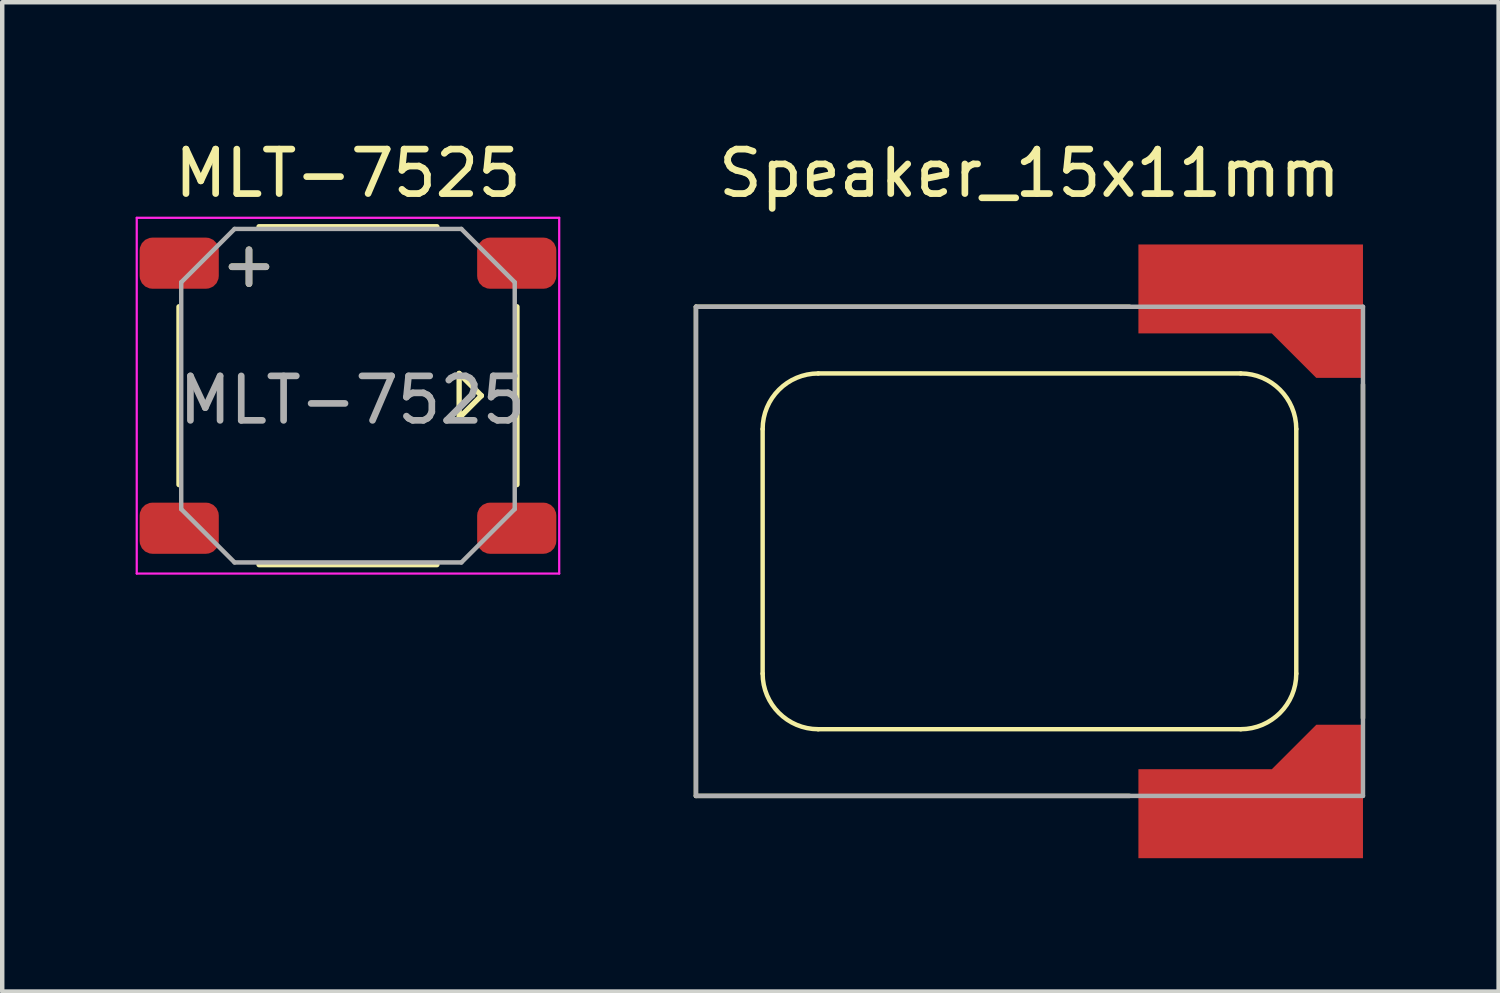
<source format=kicad_pcb>
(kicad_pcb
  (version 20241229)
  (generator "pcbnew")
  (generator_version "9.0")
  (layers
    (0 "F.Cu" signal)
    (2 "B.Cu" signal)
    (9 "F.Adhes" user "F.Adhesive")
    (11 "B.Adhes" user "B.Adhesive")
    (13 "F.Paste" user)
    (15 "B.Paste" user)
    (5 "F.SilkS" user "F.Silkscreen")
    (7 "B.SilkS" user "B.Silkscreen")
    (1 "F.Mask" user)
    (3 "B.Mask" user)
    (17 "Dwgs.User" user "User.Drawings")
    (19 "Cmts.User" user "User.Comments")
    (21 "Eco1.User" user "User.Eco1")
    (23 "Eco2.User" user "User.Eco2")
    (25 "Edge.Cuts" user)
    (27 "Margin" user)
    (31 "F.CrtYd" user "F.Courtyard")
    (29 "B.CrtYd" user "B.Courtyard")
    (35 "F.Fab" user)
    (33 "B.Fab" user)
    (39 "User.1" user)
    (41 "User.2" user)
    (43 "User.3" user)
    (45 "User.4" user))
  (footprint "MLT-7525"
    (layer "F.Cu")
    (at 4.775 5.848)
    (property "Reference" "MLT-7525" (at 0 -5 0) (layer "F.SilkS") (effects (font (size 1 1) (thickness 0.15))))
    (attr smd)
    (fp_line (start -3.8 -2) (end -3.8 2) (stroke (width 0.12) (type solid)) (layer "F.SilkS"))
    (fp_line (start -2 3.8) (end 2 3.8) (stroke (width 0.12) (type solid)) (layer "F.SilkS"))
    (fp_line (start 2 -3.8) (end -2 -3.8) (stroke (width 0.12) (type solid)) (layer "F.SilkS"))
    (fp_line (start 2.5 -0.5) (end 2.5 0.5) (stroke (width 0.12) (type solid)) (layer "F.SilkS"))
    (fp_line (start 2.5 0.5) (end 3 0) (stroke (width 0.12) (type solid)) (layer "F.SilkS"))
    (fp_line (start 3 0) (end 2.5 -0.5) (stroke (width 0.12) (type solid)) (layer "F.SilkS"))
    (fp_line (start 3.8 2) (end 3.8 -2) (stroke (width 0.12) (type solid)) (layer "F.SilkS"))
    (fp_line (start -4.75 -4) (end 4.75 -4) (stroke (width 0.05) (type solid)) (layer "F.CrtYd"))
    (fp_line (start -4.75 4) (end -4.75 -4) (stroke (width 0.05) (type solid)) (layer "F.CrtYd"))
    (fp_line (start 4.75 -4) (end 4.75 4) (stroke (width 0.05) (type solid)) (layer "F.CrtYd"))
    (fp_line (start 4.75 4) (end -4.75 4) (stroke (width 0.05) (type solid)) (layer "F.CrtYd"))
    (fp_line (start -3.75 -2.55) (end -2.55 -3.75) (stroke (width 0.1) (type solid)) (layer "F.Fab"))
    (fp_line (start -3.75 2.55) (end -3.75 -2.55) (stroke (width 0.1) (type solid)) (layer "F.Fab"))
    (fp_line (start -2.55 -3.75) (end 2.55 -3.75) (stroke (width 0.1) (type solid)) (layer "F.Fab"))
    (fp_line (start -2.55 3.75) (end -3.75 2.55) (stroke (width 0.1) (type solid)) (layer "F.Fab"))
    (fp_line (start 2.55 -3.75) (end 3.75 -2.55) (stroke (width 0.1) (type solid)) (layer "F.Fab"))
    (fp_line (start 2.55 3.75) (end -2.55 3.75) (stroke (width 0.1) (type solid)) (layer "F.Fab"))
    (fp_line (start 3.75 -2.55) (end 3.75 2.55) (stroke (width 0.1) (type solid)) (layer "F.Fab"))
    (fp_line (start 3.75 2.55) (end 2.55 3.75) (stroke (width 0.1) (type solid)) (layer "F.Fab"))
    (fp_text user "+" (at -2.3 -2.9 270) (layer "F.SilkS") (effects (font (size 1 1) (thickness 0.15))))
    (fp_text user "${REFERENCE}" (at 0.1 0.1 0) (layer "F.Fab") (effects (font (size 1 1) (thickness 0.15))))
    (fp_text user "+" (at -2.3 -2.9 270) (layer "F.Fab") (effects (font (size 1 1) (thickness 0.15))))
    (pad "" smd roundrect (at 3.795 -2.98) (size 1.78 1.15) (layers "F.Cu" "F.Mask" "F.Paste") (roundrect_rratio 0.25))
    (pad "" smd roundrect (at 3.795 2.98) (size 1.78 1.15) (layers "F.Cu" "F.Mask" "F.Paste") (roundrect_rratio 0.25))
    (pad "1" smd roundrect (at -3.795 -2.98) (size 1.78 1.15) (layers "F.Cu" "F.Mask" "F.Paste") (roundrect_rratio 0.25))
    (pad "2" smd roundrect (at -3.795 2.98) (size 1.78 1.15) (layers "F.Cu" "F.Mask" "F.Paste") (roundrect_rratio 0.25)))
  (footprint "Speaker_15x11mm"
    (layer "F.Cu")
    (at 20.1 9.348)
    (property "Reference" "Speaker_15x11mm" (at 0 -8.5 0) (layer "F.SilkS") (effects (font (size 1 1) (thickness 0.15))))
    (attr exclude_from_pos_files exclude_from_bom)
    (fp_line (start -7.5 -5.5) (end 2.25 -5.5) (stroke (width 0.1) (type solid)) (layer "F.SilkS"))
    (fp_line (start -7.5 5.5) (end -7.5 -5.5) (stroke (width 0.1) (type solid)) (layer "F.SilkS"))
    (fp_line (start -6 -2.75) (end -6 2.75) (stroke (width 0.1) (type solid)) (layer "F.SilkS"))
    (fp_line (start -4.75 -4) (end 4.75 -4) (stroke (width 0.1) (type solid)) (layer "F.SilkS"))
    (fp_line (start -4.75 4) (end 4.75 4) (stroke (width 0.1) (type solid)) (layer "F.SilkS"))
    (fp_line (start 2.25 5.5) (end -7.5 5.5) (stroke (width 0.1) (type solid)) (layer "F.SilkS"))
    (fp_line (start 6 -2.75) (end 6 2.75) (stroke (width 0.1) (type solid)) (layer "F.SilkS"))
    (fp_line (start 7.5 -3.75) (end 7.5 3.75) (stroke (width 0.1) (type solid)) (layer "F.SilkS"))
    (fp_arc (start -6 -2.75) (mid -5.633883 -3.633883) (end -4.75 -4) (stroke (width 0.1) (type solid)) (layer "F.SilkS"))
    (fp_arc (start -4.75 4) (mid -5.633883 3.633883) (end -6 2.75) (stroke (width 0.1) (type solid)) (layer "F.SilkS"))
    (fp_arc (start 4.75 -4) (mid 5.633883 -3.633883) (end 6 -2.75) (stroke (width 0.1) (type solid)) (layer "F.SilkS"))
    (fp_arc (start 6 2.75) (mid 5.633883 3.633883) (end 4.75 4) (stroke (width 0.1) (type solid)) (layer "F.SilkS"))
    (fp_line (start -7.5 -5.5) (end 7.5 -5.5) (stroke (width 0.1) (type solid)) (layer "F.Fab"))
    (fp_line (start -7.5 5.5) (end -7.5 -5.5) (stroke (width 0.1) (type solid)) (layer "F.Fab"))
    (fp_line (start 7.5 -5.5) (end 7.5 5.5) (stroke (width 0.1) (type solid)) (layer "F.Fab"))
    (fp_line (start 7.5 5.5) (end -7.5 5.5) (stroke (width 0.1) (type solid)) (layer "F.Fab"))
    (pad "1" smd custom (at 6.7 4.9 90) (size 1 1) (layers "F.Cu" "F.Mask") (options (anchor rect)) (primitives (gr_poly (pts (xy -2 0.8) (xy 1 0.8) (xy 1 -0.25) (xy 0 -1.25) (xy 0 -4.25) (xy -2 -4.25)) (width 0) (fill yes))))
    (pad "2" smd custom (at 6.7 -4.9 90) (size 1 1) (layers "F.Cu" "F.Mask") (options (anchor rect)) (primitives (gr_poly (pts (xy 2 0.8) (xy -1 0.8) (xy -1 -0.25) (xy 0 -1.25) (xy 0 -4.25) (xy 2 -4.25)) (width 0) (fill yes)))))
  (gr_rect
    (start -3 -3)
    (end 30.65 19.248)
    (stroke (width 0.1) (type default))
    (fill no)
    (layer "Edge.Cuts")))
</source>
